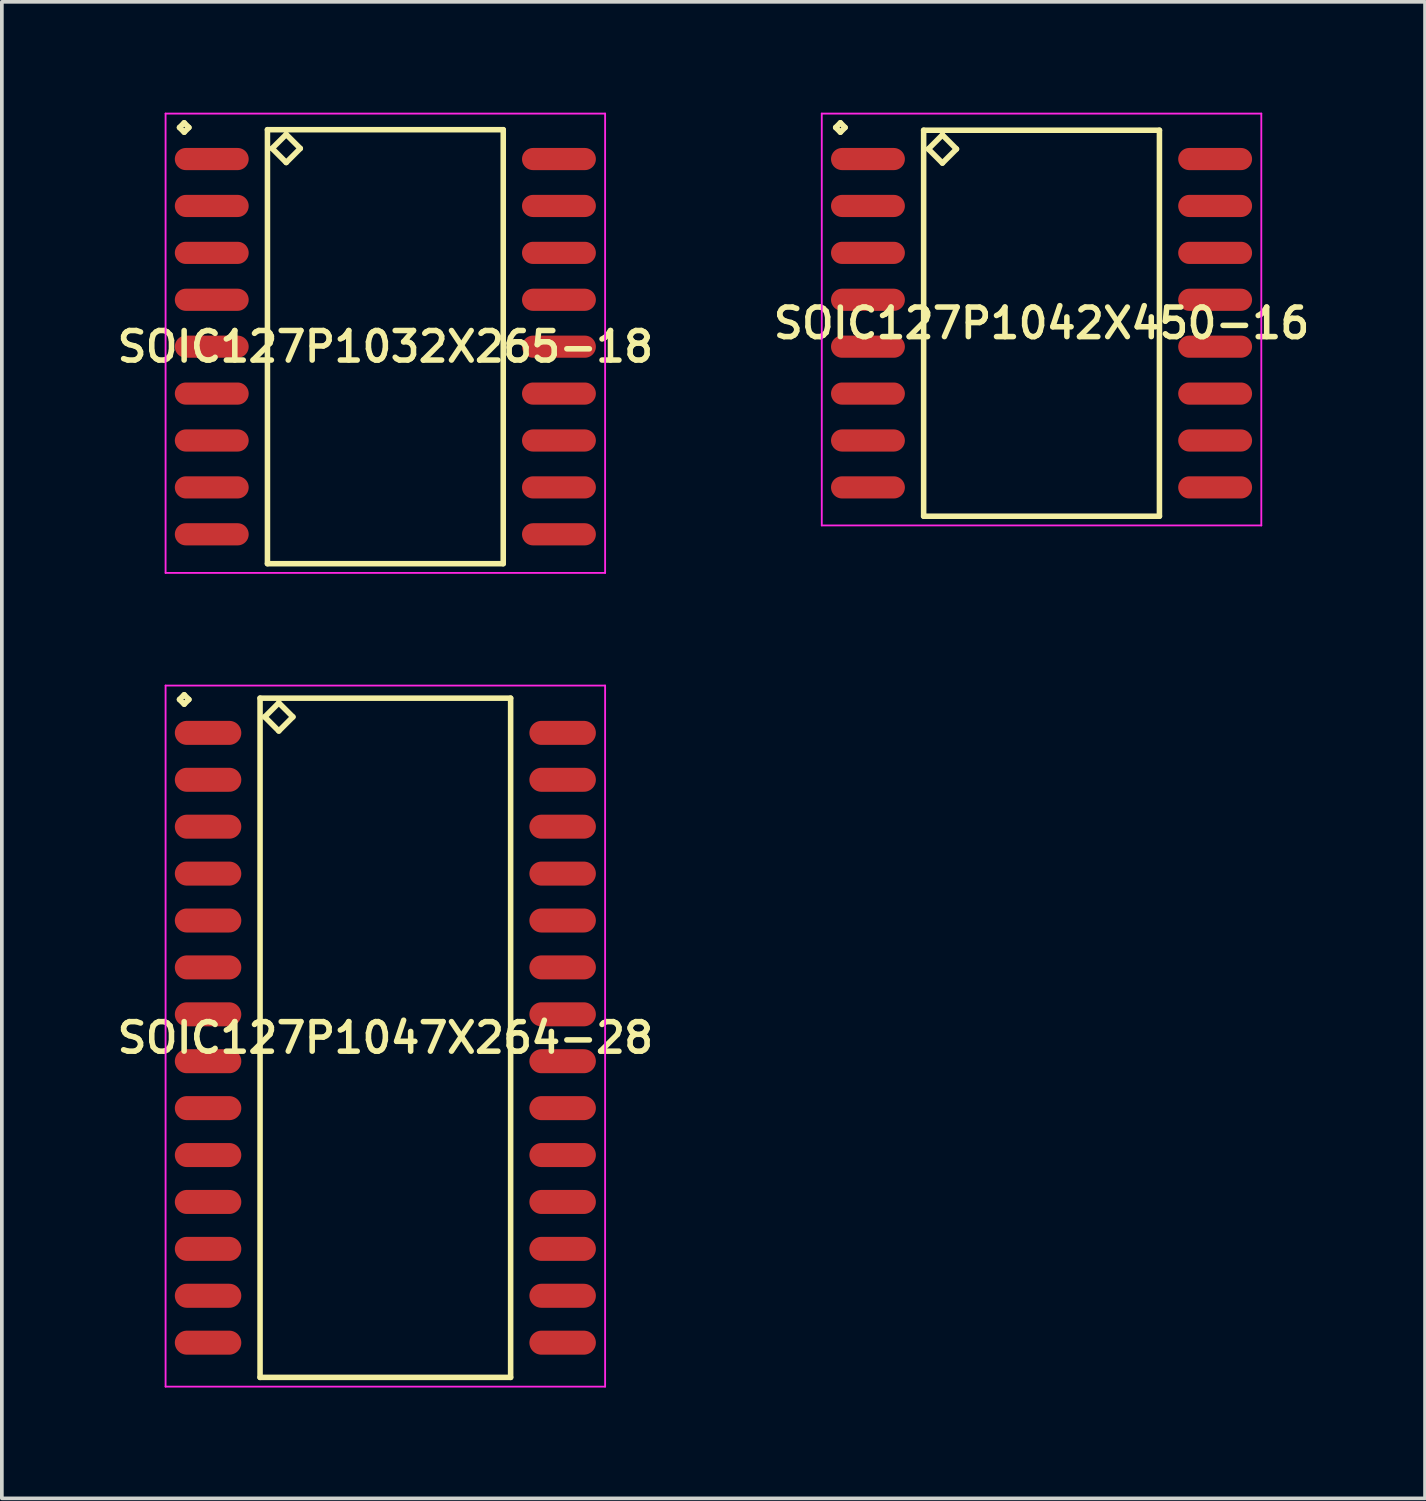
<source format=kicad_pcb>
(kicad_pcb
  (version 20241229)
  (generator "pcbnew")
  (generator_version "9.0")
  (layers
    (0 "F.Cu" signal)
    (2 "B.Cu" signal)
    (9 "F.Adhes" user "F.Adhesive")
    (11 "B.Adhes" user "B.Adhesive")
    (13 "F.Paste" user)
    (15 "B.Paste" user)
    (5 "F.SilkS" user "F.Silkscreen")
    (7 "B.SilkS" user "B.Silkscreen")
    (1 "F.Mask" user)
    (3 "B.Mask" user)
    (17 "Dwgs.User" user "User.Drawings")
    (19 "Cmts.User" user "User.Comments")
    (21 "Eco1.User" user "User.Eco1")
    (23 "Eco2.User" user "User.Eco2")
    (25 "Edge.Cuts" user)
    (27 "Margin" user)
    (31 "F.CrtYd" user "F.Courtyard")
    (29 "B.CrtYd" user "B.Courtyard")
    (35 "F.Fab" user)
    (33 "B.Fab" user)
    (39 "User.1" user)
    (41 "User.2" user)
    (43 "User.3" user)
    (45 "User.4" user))
  (footprint "SOIC127P1042X450-16"
    (layer "F.Cu")
    (at 25.149 5.701)
    (property "Reference" "SOIC127P1042X450-16" (at 0 0 0) (layer "F.SilkS") (effects (font (size 0.8 0.8) (thickness 0.15))))
    (attr smd)
    (fp_line (start -5.573 -5.299) (end -5.446 -5.426) (stroke (width 0.15) (type solid)) (layer "F.SilkS"))
    (fp_line (start -5.446 -5.426) (end -5.319 -5.299) (stroke (width 0.15) (type solid)) (layer "F.SilkS"))
    (fp_line (start -5.446 -5.172) (end -5.573 -5.299) (stroke (width 0.15) (type solid)) (layer "F.SilkS"))
    (fp_line (start -5.319 -5.299) (end -5.446 -5.172) (stroke (width 0.15) (type solid)) (layer "F.SilkS"))
    (fp_line (start -3.192 -5.225) (end -3.192 5.225) (stroke (width 0.15) (type solid)) (layer "F.SilkS"))
    (fp_line (start -3.192 5.225) (end 3.192 5.225) (stroke (width 0.15) (type solid)) (layer "F.SilkS"))
    (fp_line (start -3.065 -4.717) (end -2.684 -5.098) (stroke (width 0.15) (type solid)) (layer "F.SilkS"))
    (fp_line (start -2.684 -5.098) (end -2.303 -4.717) (stroke (width 0.15) (type solid)) (layer "F.SilkS"))
    (fp_line (start -2.684 -4.336) (end -3.065 -4.717) (stroke (width 0.15) (type solid)) (layer "F.SilkS"))
    (fp_line (start -2.303 -4.717) (end -2.684 -4.336) (stroke (width 0.15) (type solid)) (layer "F.SilkS"))
    (fp_line (start 3.192 -5.225) (end -3.192 -5.225) (stroke (width 0.15) (type solid)) (layer "F.SilkS"))
    (fp_line (start 3.192 5.225) (end 3.192 -5.225) (stroke (width 0.15) (type solid)) (layer "F.SilkS"))
    (fp_line (start -5.95 -5.676) (end 5.95 -5.676) (stroke (width 0.05) (type solid)) (layer "F.CrtYd"))
    (fp_line (start -5.95 5.475) (end -5.95 -5.676) (stroke (width 0.05) (type solid)) (layer "F.CrtYd"))
    (fp_line (start 5.95 -5.676) (end 5.95 5.475) (stroke (width 0.05) (type solid)) (layer "F.CrtYd"))
    (fp_line (start 5.95 5.475) (end -5.95 5.475) (stroke (width 0.05) (type solid)) (layer "F.CrtYd"))
    (pad "1" smd oval (at -4.7 -4.445) (size 2 0.6) (layers "F.Cu" "F.Mask" "F.Paste"))
    (pad "2" smd oval (at -4.7 -3.175) (size 2 0.6) (layers "F.Cu" "F.Mask" "F.Paste"))
    (pad "3" smd oval (at -4.7 -1.905) (size 2 0.6) (layers "F.Cu" "F.Mask" "F.Paste"))
    (pad "4" smd oval (at -4.7 -0.635) (size 2 0.6) (layers "F.Cu" "F.Mask" "F.Paste"))
    (pad "5" smd oval (at -4.7 0.635) (size 2 0.6) (layers "F.Cu" "F.Mask" "F.Paste"))
    (pad "6" smd oval (at -4.7 1.905) (size 2 0.6) (layers "F.Cu" "F.Mask" "F.Paste"))
    (pad "7" smd oval (at -4.7 3.175) (size 2 0.6) (layers "F.Cu" "F.Mask" "F.Paste"))
    (pad "8" smd oval (at -4.7 4.445) (size 2 0.6) (layers "F.Cu" "F.Mask" "F.Paste"))
    (pad "9" smd oval (at 4.7 4.445) (size 2 0.6) (layers "F.Cu" "F.Mask" "F.Paste"))
    (pad "10" smd oval (at 4.7 3.175) (size 2 0.6) (layers "F.Cu" "F.Mask" "F.Paste"))
    (pad "11" smd oval (at 4.7 1.905) (size 2 0.6) (layers "F.Cu" "F.Mask" "F.Paste"))
    (pad "12" smd oval (at 4.7 0.635) (size 2 0.6) (layers "F.Cu" "F.Mask" "F.Paste"))
    (pad "13" smd oval (at 4.7 -0.635) (size 2 0.6) (layers "F.Cu" "F.Mask" "F.Paste"))
    (pad "14" smd oval (at 4.7 -1.905) (size 2 0.6) (layers "F.Cu" "F.Mask" "F.Paste"))
    (pad "15" smd oval (at 4.7 -3.175) (size 2 0.6) (layers "F.Cu" "F.Mask" "F.Paste"))
    (pad "16" smd oval (at 4.7 -4.445) (size 2 0.6) (layers "F.Cu" "F.Mask" "F.Paste")))
  (footprint "SOIC127P1047X264-28"
    (layer "F.Cu")
    (at 7.383 25.047)
    (property "Reference" "SOIC127P1047X264-28" (at 0 0 0) (layer "F.SilkS") (effects (font (size 0.8 0.8) (thickness 0.15))))
    (attr smd)
    (fp_line (start -5.573 -9.159) (end -5.446 -9.286) (stroke (width 0.15) (type solid)) (layer "F.SilkS"))
    (fp_line (start -5.446 -9.286) (end -5.319 -9.159) (stroke (width 0.15) (type solid)) (layer "F.SilkS"))
    (fp_line (start -5.446 -9.032) (end -5.573 -9.159) (stroke (width 0.15) (type solid)) (layer "F.SilkS"))
    (fp_line (start -5.319 -9.159) (end -5.446 -9.032) (stroke (width 0.15) (type solid)) (layer "F.SilkS"))
    (fp_line (start -3.392 -9.195) (end -3.392 9.195) (stroke (width 0.15) (type solid)) (layer "F.SilkS"))
    (fp_line (start -3.392 9.195) (end 3.392 9.195) (stroke (width 0.15) (type solid)) (layer "F.SilkS"))
    (fp_line (start -3.265 -8.687) (end -2.884 -9.068) (stroke (width 0.15) (type solid)) (layer "F.SilkS"))
    (fp_line (start -2.884 -9.068) (end -2.503 -8.687) (stroke (width 0.15) (type solid)) (layer "F.SilkS"))
    (fp_line (start -2.884 -8.306) (end -3.265 -8.687) (stroke (width 0.15) (type solid)) (layer "F.SilkS"))
    (fp_line (start -2.503 -8.687) (end -2.884 -8.306) (stroke (width 0.15) (type solid)) (layer "F.SilkS"))
    (fp_line (start 3.392 -9.195) (end -3.392 -9.195) (stroke (width 0.15) (type solid)) (layer "F.SilkS"))
    (fp_line (start 3.392 9.195) (end 3.392 -9.195) (stroke (width 0.15) (type solid)) (layer "F.SilkS"))
    (fp_line (start -5.95 -9.536) (end 5.95 -9.536) (stroke (width 0.05) (type solid)) (layer "F.CrtYd"))
    (fp_line (start -5.95 9.445) (end -5.95 -9.536) (stroke (width 0.05) (type solid)) (layer "F.CrtYd"))
    (fp_line (start 5.95 -9.536) (end 5.95 9.445) (stroke (width 0.05) (type solid)) (layer "F.CrtYd"))
    (fp_line (start 5.95 9.445) (end -5.95 9.445) (stroke (width 0.05) (type solid)) (layer "F.CrtYd"))
    (pad "1" smd oval (at -4.8 -8.255) (size 1.8 0.65) (layers "F.Cu" "F.Mask" "F.Paste"))
    (pad "2" smd oval (at -4.8 -6.985) (size 1.8 0.65) (layers "F.Cu" "F.Mask" "F.Paste"))
    (pad "3" smd oval (at -4.8 -5.715) (size 1.8 0.65) (layers "F.Cu" "F.Mask" "F.Paste"))
    (pad "4" smd oval (at -4.8 -4.445) (size 1.8 0.65) (layers "F.Cu" "F.Mask" "F.Paste"))
    (pad "5" smd oval (at -4.8 -3.175) (size 1.8 0.65) (layers "F.Cu" "F.Mask" "F.Paste"))
    (pad "6" smd oval (at -4.8 -1.905) (size 1.8 0.65) (layers "F.Cu" "F.Mask" "F.Paste"))
    (pad "7" smd oval (at -4.8 -0.635) (size 1.8 0.65) (layers "F.Cu" "F.Mask" "F.Paste"))
    (pad "8" smd oval (at -4.8 0.635) (size 1.8 0.65) (layers "F.Cu" "F.Mask" "F.Paste"))
    (pad "9" smd oval (at -4.8 1.905) (size 1.8 0.65) (layers "F.Cu" "F.Mask" "F.Paste"))
    (pad "10" smd oval (at -4.8 3.175) (size 1.8 0.65) (layers "F.Cu" "F.Mask" "F.Paste"))
    (pad "11" smd oval (at -4.8 4.445) (size 1.8 0.65) (layers "F.Cu" "F.Mask" "F.Paste"))
    (pad "12" smd oval (at -4.8 5.715) (size 1.8 0.65) (layers "F.Cu" "F.Mask" "F.Paste"))
    (pad "13" smd oval (at -4.8 6.985) (size 1.8 0.65) (layers "F.Cu" "F.Mask" "F.Paste"))
    (pad "14" smd oval (at -4.8 8.255) (size 1.8 0.65) (layers "F.Cu" "F.Mask" "F.Paste"))
    (pad "15" smd oval (at 4.8 8.255) (size 1.8 0.65) (layers "F.Cu" "F.Mask" "F.Paste"))
    (pad "16" smd oval (at 4.8 6.985) (size 1.8 0.65) (layers "F.Cu" "F.Mask" "F.Paste"))
    (pad "17" smd oval (at 4.8 5.715) (size 1.8 0.65) (layers "F.Cu" "F.Mask" "F.Paste"))
    (pad "18" smd oval (at 4.8 4.445) (size 1.8 0.65) (layers "F.Cu" "F.Mask" "F.Paste"))
    (pad "19" smd oval (at 4.8 3.175) (size 1.8 0.65) (layers "F.Cu" "F.Mask" "F.Paste"))
    (pad "20" smd oval (at 4.8 1.905) (size 1.8 0.65) (layers "F.Cu" "F.Mask" "F.Paste"))
    (pad "21" smd oval (at 4.8 0.635) (size 1.8 0.65) (layers "F.Cu" "F.Mask" "F.Paste"))
    (pad "22" smd oval (at 4.8 -0.635) (size 1.8 0.65) (layers "F.Cu" "F.Mask" "F.Paste"))
    (pad "23" smd oval (at 4.8 -1.905) (size 1.8 0.65) (layers "F.Cu" "F.Mask" "F.Paste"))
    (pad "24" smd oval (at 4.8 -3.175) (size 1.8 0.65) (layers "F.Cu" "F.Mask" "F.Paste"))
    (pad "25" smd oval (at 4.8 -4.445) (size 1.8 0.65) (layers "F.Cu" "F.Mask" "F.Paste"))
    (pad "26" smd oval (at 4.8 -5.715) (size 1.8 0.65) (layers "F.Cu" "F.Mask" "F.Paste"))
    (pad "27" smd oval (at 4.8 -6.985) (size 1.8 0.65) (layers "F.Cu" "F.Mask" "F.Paste"))
    (pad "28" smd oval (at 4.8 -8.255) (size 1.8 0.65) (layers "F.Cu" "F.Mask" "F.Paste")))
  (footprint "SOIC127P1032X265-18"
    (layer "F.Cu")
    (at 7.383 6.336)
    (property "Reference" "SOIC127P1032X265-18" (at 0 0 0) (layer "F.SilkS") (effects (font (size 0.8 0.8) (thickness 0.15))))
    (attr smd)
    (fp_line (start -5.573 -5.934) (end -5.446 -6.061) (stroke (width 0.15) (type solid)) (layer "F.SilkS"))
    (fp_line (start -5.446 -6.061) (end -5.319 -5.934) (stroke (width 0.15) (type solid)) (layer "F.SilkS"))
    (fp_line (start -5.446 -5.807) (end -5.573 -5.934) (stroke (width 0.15) (type solid)) (layer "F.SilkS"))
    (fp_line (start -5.319 -5.934) (end -5.446 -5.807) (stroke (width 0.15) (type solid)) (layer "F.SilkS"))
    (fp_line (start -3.192 -5.875) (end -3.192 5.875) (stroke (width 0.15) (type solid)) (layer "F.SilkS"))
    (fp_line (start -3.192 5.875) (end 3.192 5.875) (stroke (width 0.15) (type solid)) (layer "F.SilkS"))
    (fp_line (start -3.065 -5.367) (end -2.684 -5.748) (stroke (width 0.15) (type solid)) (layer "F.SilkS"))
    (fp_line (start -2.684 -5.748) (end -2.303 -5.367) (stroke (width 0.15) (type solid)) (layer "F.SilkS"))
    (fp_line (start -2.684 -4.986) (end -3.065 -5.367) (stroke (width 0.15) (type solid)) (layer "F.SilkS"))
    (fp_line (start -2.303 -5.367) (end -2.684 -4.986) (stroke (width 0.15) (type solid)) (layer "F.SilkS"))
    (fp_line (start 3.192 -5.875) (end -3.192 -5.875) (stroke (width 0.15) (type solid)) (layer "F.SilkS"))
    (fp_line (start 3.192 5.875) (end 3.192 -5.875) (stroke (width 0.15) (type solid)) (layer "F.SilkS"))
    (fp_line (start -5.95 -6.311) (end 5.95 -6.311) (stroke (width 0.05) (type solid)) (layer "F.CrtYd"))
    (fp_line (start -5.95 6.125) (end -5.95 -6.311) (stroke (width 0.05) (type solid)) (layer "F.CrtYd"))
    (fp_line (start 5.95 -6.311) (end 5.95 6.125) (stroke (width 0.05) (type solid)) (layer "F.CrtYd"))
    (fp_line (start 5.95 6.125) (end -5.95 6.125) (stroke (width 0.05) (type solid)) (layer "F.CrtYd"))
    (pad "1" smd oval (at -4.7 -5.08) (size 2 0.6) (layers "F.Cu" "F.Mask" "F.Paste"))
    (pad "2" smd oval (at -4.7 -3.81) (size 2 0.6) (layers "F.Cu" "F.Mask" "F.Paste"))
    (pad "3" smd oval (at -4.7 -2.54) (size 2 0.6) (layers "F.Cu" "F.Mask" "F.Paste"))
    (pad "4" smd oval (at -4.7 -1.27) (size 2 0.6) (layers "F.Cu" "F.Mask" "F.Paste"))
    (pad "5" smd oval (at -4.7 0) (size 2 0.6) (layers "F.Cu" "F.Mask" "F.Paste"))
    (pad "6" smd oval (at -4.7 1.27) (size 2 0.6) (layers "F.Cu" "F.Mask" "F.Paste"))
    (pad "7" smd oval (at -4.7 2.54) (size 2 0.6) (layers "F.Cu" "F.Mask" "F.Paste"))
    (pad "8" smd oval (at -4.7 3.81) (size 2 0.6) (layers "F.Cu" "F.Mask" "F.Paste"))
    (pad "9" smd oval (at -4.7 5.08) (size 2 0.6) (layers "F.Cu" "F.Mask" "F.Paste"))
    (pad "10" smd oval (at 4.7 5.08) (size 2 0.6) (layers "F.Cu" "F.Mask" "F.Paste"))
    (pad "11" smd oval (at 4.7 3.81) (size 2 0.6) (layers "F.Cu" "F.Mask" "F.Paste"))
    (pad "12" smd oval (at 4.7 2.54) (size 2 0.6) (layers "F.Cu" "F.Mask" "F.Paste"))
    (pad "13" smd oval (at 4.7 1.27) (size 2 0.6) (layers "F.Cu" "F.Mask" "F.Paste"))
    (pad "14" smd oval (at 4.7 0) (size 2 0.6) (layers "F.Cu" "F.Mask" "F.Paste"))
    (pad "15" smd oval (at 4.7 -1.27) (size 2 0.6) (layers "F.Cu" "F.Mask" "F.Paste"))
    (pad "16" smd oval (at 4.7 -2.54) (size 2 0.6) (layers "F.Cu" "F.Mask" "F.Paste"))
    (pad "17" smd oval (at 4.7 -3.81) (size 2 0.6) (layers "F.Cu" "F.Mask" "F.Paste"))
    (pad "18" smd oval (at 4.7 -5.08) (size 2 0.6) (layers "F.Cu" "F.Mask" "F.Paste")))
  (gr_rect
    (start -3 -3)
    (end 35.532 37.517)
    (stroke (width 0.1) (type default))
    (fill no)
    (layer "Edge.Cuts")))
</source>
